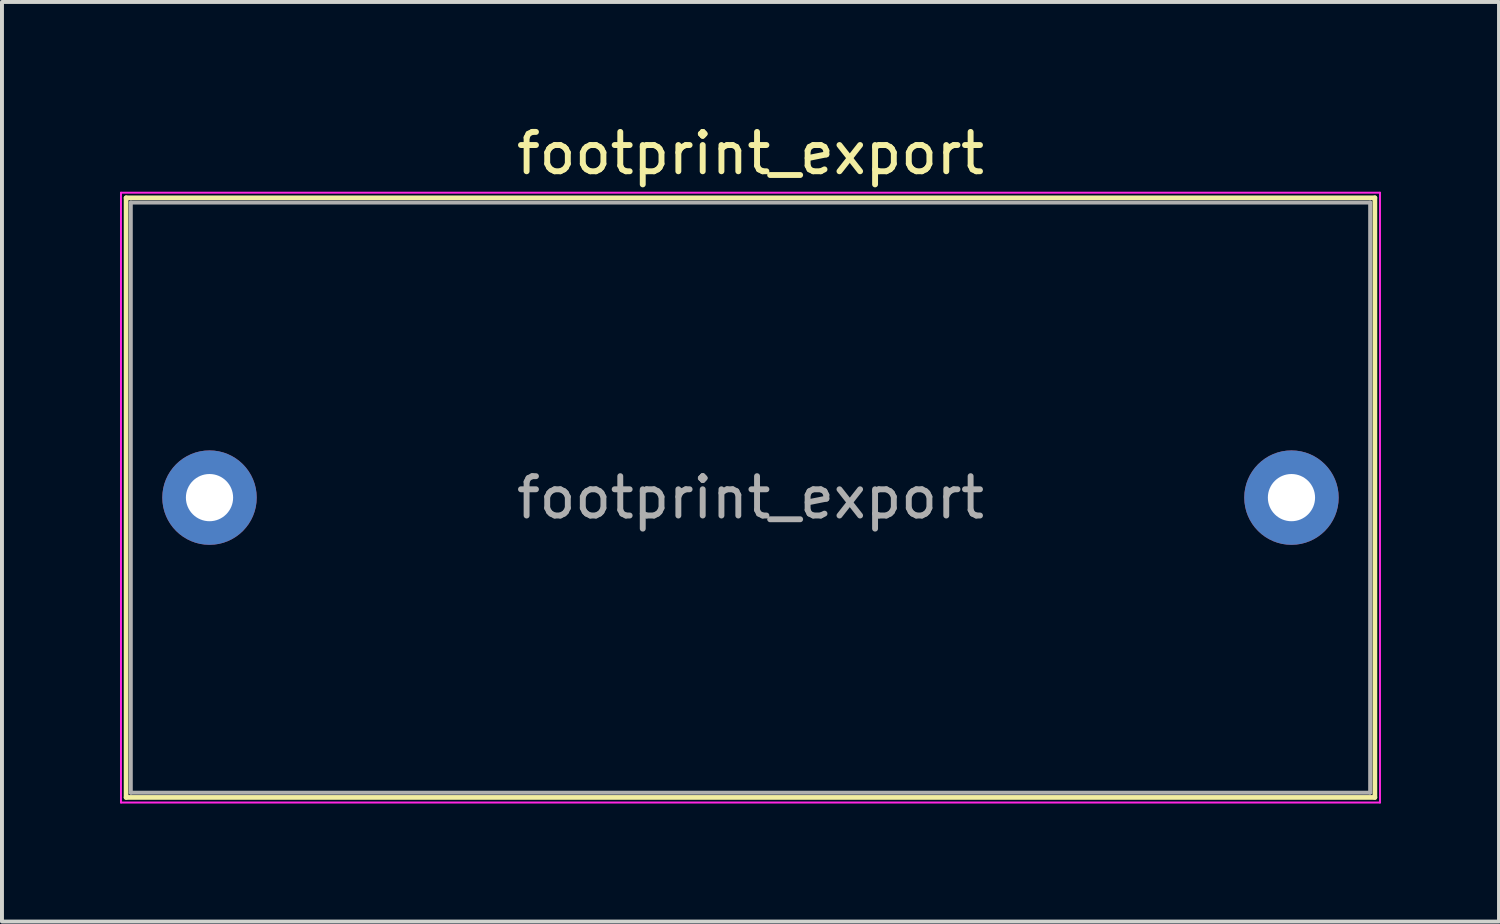
<source format=kicad_pcb>
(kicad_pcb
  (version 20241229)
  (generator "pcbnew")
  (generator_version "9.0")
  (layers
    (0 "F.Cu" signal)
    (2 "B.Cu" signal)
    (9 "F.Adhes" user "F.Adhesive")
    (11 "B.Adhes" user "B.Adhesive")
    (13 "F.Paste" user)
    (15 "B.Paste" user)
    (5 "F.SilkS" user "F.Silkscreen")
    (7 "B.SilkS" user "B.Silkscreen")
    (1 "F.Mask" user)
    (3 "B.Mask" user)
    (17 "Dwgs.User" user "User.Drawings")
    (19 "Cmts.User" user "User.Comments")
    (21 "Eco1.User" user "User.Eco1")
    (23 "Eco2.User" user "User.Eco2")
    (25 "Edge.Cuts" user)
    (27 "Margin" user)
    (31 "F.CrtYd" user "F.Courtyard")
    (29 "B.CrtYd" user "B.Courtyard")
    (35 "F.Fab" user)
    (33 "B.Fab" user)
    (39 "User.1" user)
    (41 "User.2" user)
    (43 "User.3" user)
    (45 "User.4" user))
  (footprint "footprint_export"
    (layer "F.Cu")
    (at 2.275 9.598)
    (property "Reference" "footprint_export" (at 13.75 -8.75 0) (layer "F.SilkS") (effects (font (size 1 1) (thickness 0.15))))
    (attr through_hole)
    (fp_line (start -2.12 -7.62) (end -2.12 7.62) (stroke (width 0.12) (type solid)) (layer "F.SilkS"))
    (fp_line (start -2.12 -7.62) (end 29.62 -7.62) (stroke (width 0.12) (type solid)) (layer "F.SilkS"))
    (fp_line (start -2.12 7.62) (end 29.62 7.62) (stroke (width 0.12) (type solid)) (layer "F.SilkS"))
    (fp_line (start 29.62 -7.62) (end 29.62 7.62) (stroke (width 0.12) (type solid)) (layer "F.SilkS"))
    (fp_line (start -2.25 -7.75) (end -2.25 7.75) (stroke (width 0.05) (type solid)) (layer "F.CrtYd"))
    (fp_line (start -2.25 7.75) (end 29.75 7.75) (stroke (width 0.05) (type solid)) (layer "F.CrtYd"))
    (fp_line (start 29.75 -7.75) (end -2.25 -7.75) (stroke (width 0.05) (type solid)) (layer "F.CrtYd"))
    (fp_line (start 29.75 7.75) (end 29.75 -7.75) (stroke (width 0.05) (type solid)) (layer "F.CrtYd"))
    (fp_line (start -2 -7.5) (end -2 7.5) (stroke (width 0.1) (type solid)) (layer "F.Fab"))
    (fp_line (start -2 7.5) (end 29.5 7.5) (stroke (width 0.1) (type solid)) (layer "F.Fab"))
    (fp_line (start 29.5 -7.5) (end -2 -7.5) (stroke (width 0.1) (type solid)) (layer "F.Fab"))
    (fp_line (start 29.5 7.5) (end 29.5 -7.5) (stroke (width 0.1) (type solid)) (layer "F.Fab"))
    (fp_text user "${REFERENCE}" (at 13.75 0 0) (layer "F.Fab") (effects (font (size 1 1) (thickness 0.15))))
    (pad "1" thru_hole circle (at 0 0) (size 2.4 2.4) (drill 1.2) (layers "*.Cu" "*.Mask"))
    (pad "2" thru_hole circle (at 27.5 0) (size 2.4 2.4) (drill 1.2) (layers "*.Cu" "*.Mask")))
  (gr_rect
    (start -3 -3)
    (end 35.05 20.373)
    (stroke (width 0.1) (type default))
    (fill no)
    (layer "Edge.Cuts")))
</source>
